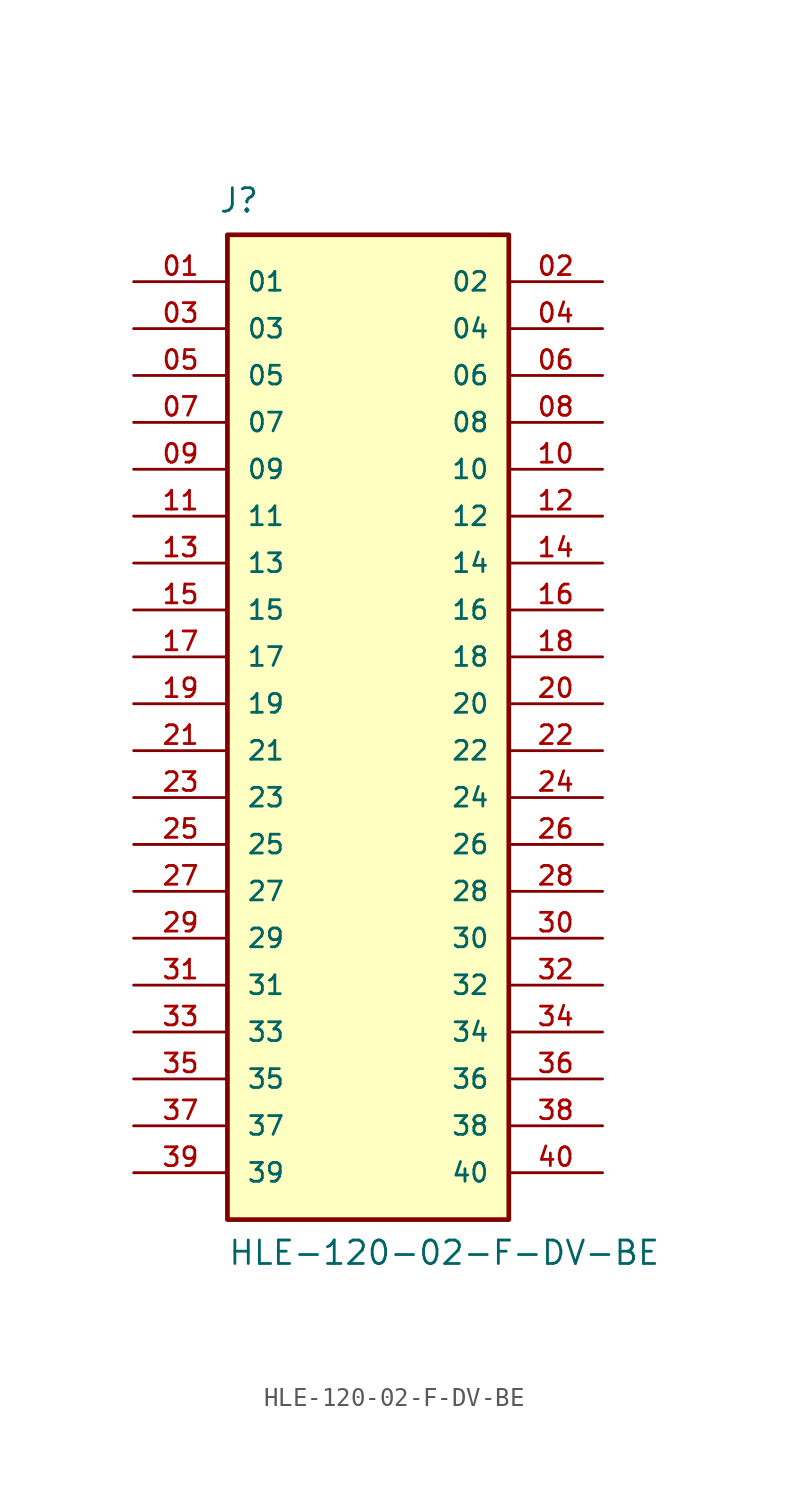
<source format=kicad_sym>
(kicad_symbol_lib
  (version 20231120)
  (generator "kicad_symbol_editor")
  (generator_version "8.0")
  (symbol "HLE-120-02-F-DV-BE"
    (pin_names
      (offset 1.016))
    (property "Reference" "J"
      (at -8.12 26.516 0)
      (effects (font (size 1.27 1.27)) (justify left bottom)))
    (property "Value" "HLE-120-02-F-DV-BE"
      (at -7.62 -30.48 0)
      (effects (font (size 1.27 1.27)) (justify left bottom)))
    (symbol "HLE-120-02-F-DV-BE_0_0"
      (rectangle (start -7.62 -27.94) (end 7.62 25.4) (stroke (width 0.254) (type default)) (fill (type background)))
      (pin passive line (at -12.7 22.86 0) (length 5.08) (name "01" (effects (font (size 1.016 1.016)))) (number "01" (effects (font (size 1.016 1.016)))))
      (pin passive line (at 12.7 22.86 180) (length 5.08) (name "02" (effects (font (size 1.016 1.016)))) (number "02" (effects (font (size 1.016 1.016)))))
      (pin passive line (at -12.7 20.32 0) (length 5.08) (name "03" (effects (font (size 1.016 1.016)))) (number "03" (effects (font (size 1.016 1.016)))))
      (pin passive line (at 12.7 20.32 180) (length 5.08) (name "04" (effects (font (size 1.016 1.016)))) (number "04" (effects (font (size 1.016 1.016)))))
      (pin passive line (at -12.7 17.78 0) (length 5.08) (name "05" (effects (font (size 1.016 1.016)))) (number "05" (effects (font (size 1.016 1.016)))))
      (pin passive line (at 12.7 17.78 180) (length 5.08) (name "06" (effects (font (size 1.016 1.016)))) (number "06" (effects (font (size 1.016 1.016)))))
      (pin passive line (at -12.7 15.24 0) (length 5.08) (name "07" (effects (font (size 1.016 1.016)))) (number "07" (effects (font (size 1.016 1.016)))))
      (pin passive line (at 12.7 15.24 180) (length 5.08) (name "08" (effects (font (size 1.016 1.016)))) (number "08" (effects (font (size 1.016 1.016)))))
      (pin passive line (at -12.7 12.7 0) (length 5.08) (name "09" (effects (font (size 1.016 1.016)))) (number "09" (effects (font (size 1.016 1.016)))))
      (pin passive line (at 12.7 12.7 180) (length 5.08) (name "10" (effects (font (size 1.016 1.016)))) (number "10" (effects (font (size 1.016 1.016)))))
      (pin passive line (at -12.7 10.16 0) (length 5.08) (name "11" (effects (font (size 1.016 1.016)))) (number "11" (effects (font (size 1.016 1.016)))))
      (pin passive line (at 12.7 10.16 180) (length 5.08) (name "12" (effects (font (size 1.016 1.016)))) (number "12" (effects (font (size 1.016 1.016)))))
      (pin passive line (at -12.7 7.62 0) (length 5.08) (name "13" (effects (font (size 1.016 1.016)))) (number "13" (effects (font (size 1.016 1.016)))))
      (pin passive line (at 12.7 7.62 180) (length 5.08) (name "14" (effects (font (size 1.016 1.016)))) (number "14" (effects (font (size 1.016 1.016)))))
      (pin passive line (at -12.7 5.08 0) (length 5.08) (name "15" (effects (font (size 1.016 1.016)))) (number "15" (effects (font (size 1.016 1.016)))))
      (pin passive line (at 12.7 5.08 180) (length 5.08) (name "16" (effects (font (size 1.016 1.016)))) (number "16" (effects (font (size 1.016 1.016)))))
      (pin passive line (at -12.7 2.54 0) (length 5.08) (name "17" (effects (font (size 1.016 1.016)))) (number "17" (effects (font (size 1.016 1.016)))))
      (pin passive line (at 12.7 2.54 180) (length 5.08) (name "18" (effects (font (size 1.016 1.016)))) (number "18" (effects (font (size 1.016 1.016)))))
      (pin passive line (at -12.7 0 0) (length 5.08) (name "19" (effects (font (size 1.016 1.016)))) (number "19" (effects (font (size 1.016 1.016)))))
      (pin passive line (at 12.7 0 180) (length 5.08) (name "20" (effects (font (size 1.016 1.016)))) (number "20" (effects (font (size 1.016 1.016)))))
      (pin passive line (at -12.7 -2.54 0) (length 5.08) (name "21" (effects (font (size 1.016 1.016)))) (number "21" (effects (font (size 1.016 1.016)))))
      (pin passive line (at 12.7 -2.54 180) (length 5.08) (name "22" (effects (font (size 1.016 1.016)))) (number "22" (effects (font (size 1.016 1.016)))))
      (pin passive line (at -12.7 -5.08 0) (length 5.08) (name "23" (effects (font (size 1.016 1.016)))) (number "23" (effects (font (size 1.016 1.016)))))
      (pin passive line (at 12.7 -5.08 180) (length 5.08) (name "24" (effects (font (size 1.016 1.016)))) (number "24" (effects (font (size 1.016 1.016)))))
      (pin passive line (at -12.7 -7.62 0) (length 5.08) (name "25" (effects (font (size 1.016 1.016)))) (number "25" (effects (font (size 1.016 1.016)))))
      (pin passive line (at 12.7 -7.62 180) (length 5.08) (name "26" (effects (font (size 1.016 1.016)))) (number "26" (effects (font (size 1.016 1.016)))))
      (pin passive line (at -12.7 -10.16 0) (length 5.08) (name "27" (effects (font (size 1.016 1.016)))) (number "27" (effects (font (size 1.016 1.016)))))
      (pin passive line (at 12.7 -10.16 180) (length 5.08) (name "28" (effects (font (size 1.016 1.016)))) (number "28" (effects (font (size 1.016 1.016)))))
      (pin passive line (at -12.7 -12.7 0) (length 5.08) (name "29" (effects (font (size 1.016 1.016)))) (number "29" (effects (font (size 1.016 1.016)))))
      (pin passive line (at 12.7 -12.7 180) (length 5.08) (name "30" (effects (font (size 1.016 1.016)))) (number "30" (effects (font (size 1.016 1.016)))))
      (pin passive line (at -12.7 -15.24 0) (length 5.08) (name "31" (effects (font (size 1.016 1.016)))) (number "31" (effects (font (size 1.016 1.016)))))
      (pin passive line (at 12.7 -15.24 180) (length 5.08) (name "32" (effects (font (size 1.016 1.016)))) (number "32" (effects (font (size 1.016 1.016)))))
      (pin passive line (at -12.7 -17.78 0) (length 5.08) (name "33" (effects (font (size 1.016 1.016)))) (number "33" (effects (font (size 1.016 1.016)))))
      (pin passive line (at 12.7 -17.78 180) (length 5.08) (name "34" (effects (font (size 1.016 1.016)))) (number "34" (effects (font (size 1.016 1.016)))))
      (pin passive line (at -12.7 -20.32 0) (length 5.08) (name "35" (effects (font (size 1.016 1.016)))) (number "35" (effects (font (size 1.016 1.016)))))
      (pin passive line (at 12.7 -20.32 180) (length 5.08) (name "36" (effects (font (size 1.016 1.016)))) (number "36" (effects (font (size 1.016 1.016)))))
      (pin passive line (at -12.7 -22.86 0) (length 5.08) (name "37" (effects (font (size 1.016 1.016)))) (number "37" (effects (font (size 1.016 1.016)))))
      (pin passive line (at 12.7 -22.86 180) (length 5.08) (name "38" (effects (font (size 1.016 1.016)))) (number "38" (effects (font (size 1.016 1.016)))))
      (pin passive line (at -12.7 -25.4 0) (length 5.08) (name "39" (effects (font (size 1.016 1.016)))) (number "39" (effects (font (size 1.016 1.016)))))
      (pin passive line (at 12.7 -25.4 180) (length 5.08) (name "40" (effects (font (size 1.016 1.016)))) (number "40" (effects (font (size 1.016 1.016))))))))
</source>
